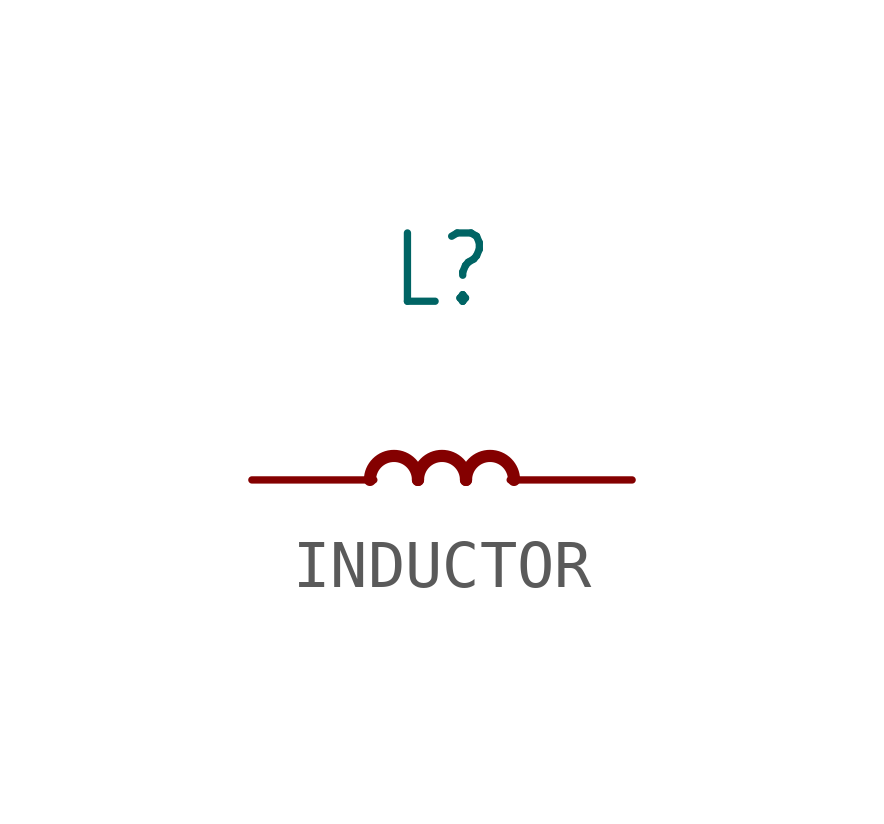
<source format=kicad_sym>
(kicad_symbol_lib
  (version 20241209)
  (generator "kicad_symbol_editor")
  (generator_version "9.0")
  (symbol "INDUCTOR"
    (property "Reference" "L"
      (at 0 3.54 0)
      (effects (font (size 1.422 1.209)) (justify bottom)))
    (property "Value" ""
      (at 0 1 0)
      (effects (font (size 1.422 1.209)) (justify bottom)))
    (property "ki_locked" ""
      (at 0 0 0)
      (effects (font (size 1.27 1.27))))
    (symbol "INDUCTOR_1_0"
      (arc (start -1.5 0) (mid -1 0.5) (end -0.5 0) (stroke (width 0.254) (type solid)) (fill (type none)))
      (arc (start -0.5 0) (mid 0 0.5) (end 0.5 0) (stroke (width 0.254) (type solid)) (fill (type none)))
      (arc (start 0.5 0) (mid 1 0.5) (end 1.5 0) (stroke (width 0.254) (type solid)) (fill (type none)))
      (pin bidirectional line (at -3.96 0 0) (length 2.54) (name "P$1" (effects (font (size 0 0)))) (number "1" (effects (font (size 0 0)))))
      (pin bidirectional line (at 3.96 0 180) (length 2.54) (name "P$2" (effects (font (size 0 0)))) (number "2" (effects (font (size 0 0))))))))
</source>
